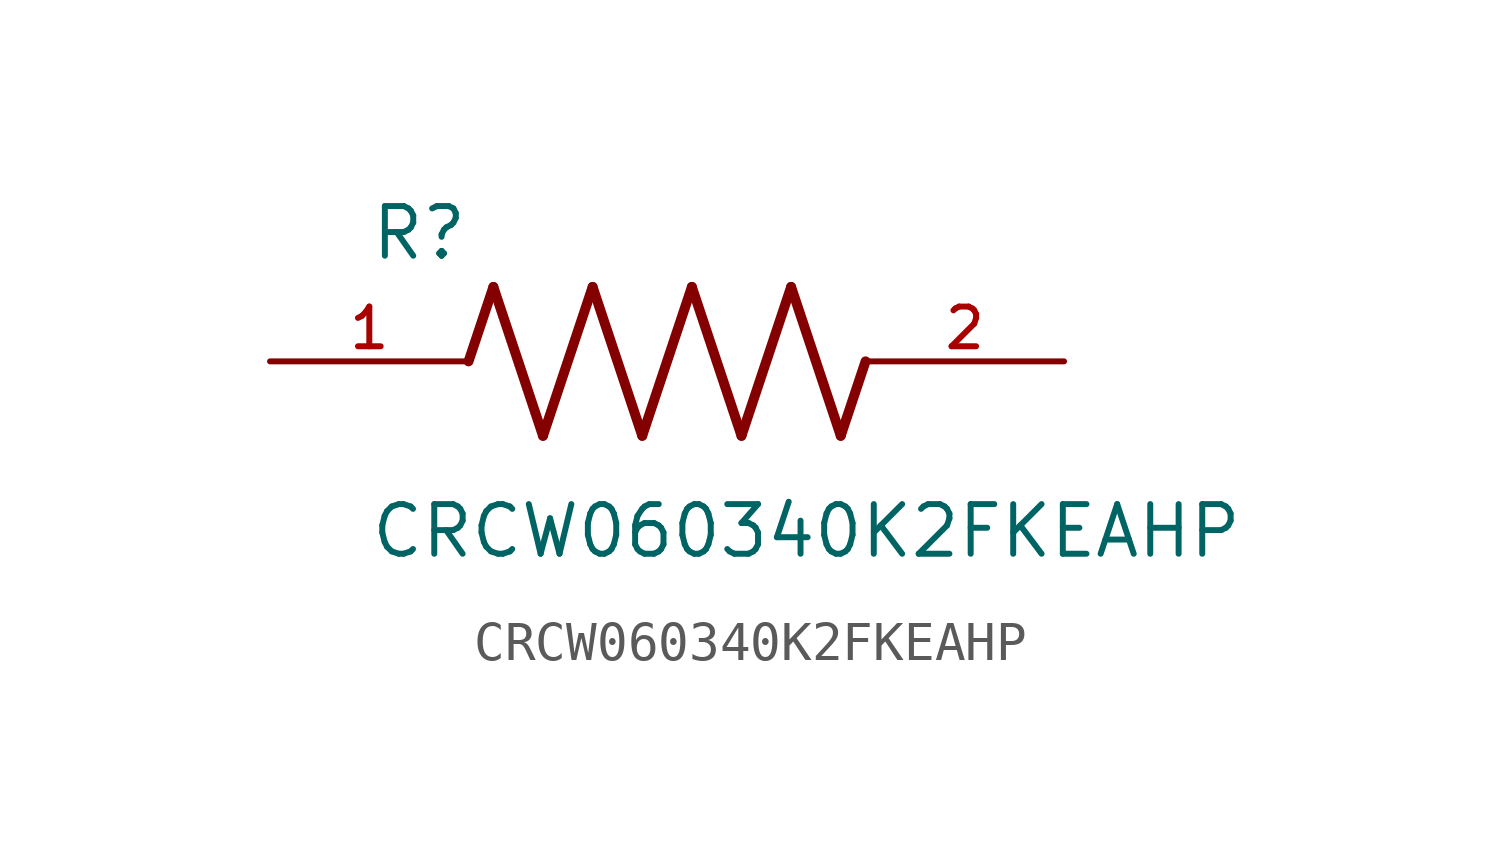
<source format=kicad_sym>
(kicad_symbol_lib
  (version 20211014)
  (generator kicad_symbol_editor)
  (symbol "CRCW060340K2FKEAHP"
    (pin_names
      (offset 1.016))
    (property "Reference" "R"
      (at -7.624 2.541 0)
      (effects (font (size 1.27 1.27)) (justify bottom left)))
    (property "Value" "CRCW060340K2FKEAHP"
      (at -7.63 -5.087 0)
      (effects (font (size 1.27 1.27)) (justify bottom left)))
    (symbol "CRCW060340K2FKEAHP_0_0"
      (polyline (pts (xy -5.08 0.0) (xy -4.445 1.905)) (stroke (width 0.254)))
      (polyline (pts (xy -4.445 1.905) (xy -3.175 -1.905)) (stroke (width 0.254)))
      (polyline (pts (xy -3.175 -1.905) (xy -1.905 1.905)) (stroke (width 0.254)))
      (polyline (pts (xy -1.905 1.905) (xy -0.635 -1.905)) (stroke (width 0.254)))
      (polyline (pts (xy -0.635 -1.905) (xy 0.635 1.905)) (stroke (width 0.254)))
      (polyline (pts (xy 0.635 1.905) (xy 1.905 -1.905)) (stroke (width 0.254)))
      (polyline (pts (xy 1.905 -1.905) (xy 3.175 1.905)) (stroke (width 0.254)))
      (polyline (pts (xy 3.175 1.905) (xy 4.445 -1.905)) (stroke (width 0.254)))
      (polyline (pts (xy 4.445 -1.905) (xy 5.08 0.0)) (stroke (width 0.254)))
      (pin passive line (at -10.16 0.0 0) (length 5.08) (name "~" (effects (font (size 1.016 1.016)))) (number "1" (effects (font (size 1.016 1.016)))))
      (pin passive line (at 10.16 0.0 180.0) (length 5.08) (name "~" (effects (font (size 1.016 1.016)))) (number "2" (effects (font (size 1.016 1.016))))))))
</source>
